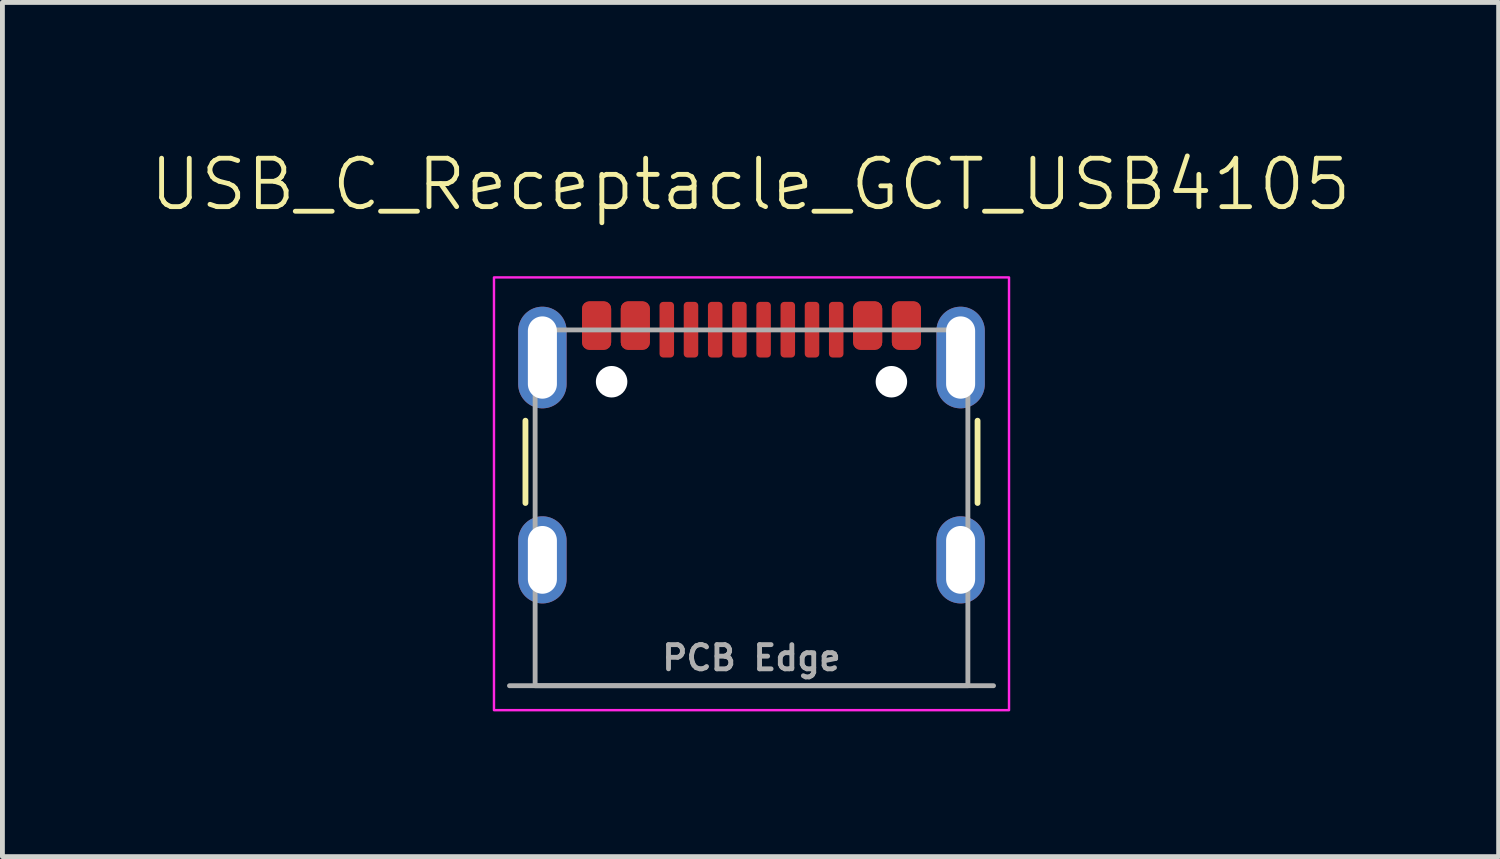
<source format=kicad_pcb>
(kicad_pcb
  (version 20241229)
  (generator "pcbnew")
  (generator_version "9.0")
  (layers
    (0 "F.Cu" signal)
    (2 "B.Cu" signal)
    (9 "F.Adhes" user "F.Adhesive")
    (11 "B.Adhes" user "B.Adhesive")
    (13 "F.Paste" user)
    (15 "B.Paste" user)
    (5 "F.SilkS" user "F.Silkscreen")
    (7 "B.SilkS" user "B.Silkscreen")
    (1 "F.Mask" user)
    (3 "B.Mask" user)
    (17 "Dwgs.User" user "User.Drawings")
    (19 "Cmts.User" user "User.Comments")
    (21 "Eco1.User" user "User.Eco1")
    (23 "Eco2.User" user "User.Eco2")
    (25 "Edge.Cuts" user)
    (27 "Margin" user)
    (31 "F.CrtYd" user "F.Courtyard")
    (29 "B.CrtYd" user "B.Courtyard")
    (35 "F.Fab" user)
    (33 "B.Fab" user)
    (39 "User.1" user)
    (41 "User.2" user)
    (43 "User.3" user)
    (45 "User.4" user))
  (footprint "USB_C_Receptacle_GCT_USB4105"
    (layer "F.Cu")
    (at 12.475 7.151)
    (property "Reference" "USB_C_Receptacle_GCT_USB4105" (at -0.02 -6.39 0) (unlocked yes) (layer "F.SilkS") (effects (font (size 1 1) (thickness 0.1))))
    (attr smd)
    (fp_line (start -4.67 0.19) (end -4.67 -1.51) (stroke (width 0.12) (type solid)) (layer "F.SilkS"))
    (fp_line (start 4.67 0.19) (end 4.67 -1.51) (stroke (width 0.12) (type solid)) (layer "F.SilkS"))
    (fp_rect (start -5.32 -4.47) (end 5.32 4.47) (stroke (width 0.05) (type solid)) (fill no) (layer "F.CrtYd"))
    (fp_line (start 5 3.965) (end -5 3.965) (stroke (width 0.1) (type solid)) (layer "F.Fab"))
    (fp_rect (start -4.47 -3.385) (end 4.47 3.965) (stroke (width 0.1) (type solid)) (fill no) (layer "F.Fab"))
    (fp_text user "PCB Edge" (at 0 3.39 0) (unlocked yes) (layer "F.Fab") (effects (font (size 0.5 0.5) (thickness 0.1))))
    (pad "" np_thru_hole circle (at -2.89 -2.315) (size 0.65 0.65) (drill 0.65) (layers "*.Cu" "*.Mask"))
    (pad "" np_thru_hole circle (at 2.89 -2.315) (size 0.65 0.65) (drill 0.65) (layers "*.Cu" "*.Mask"))
    (pad "A1" smd roundrect (at -3.2 -3.475) (size 0.6 1) (layers "F.Cu" "F.Mask" "F.Paste") (roundrect_rratio 0.25))
    (pad "A4" smd roundrect (at -2.4 -3.475) (size 0.6 1) (layers "F.Cu" "F.Mask" "F.Paste") (roundrect_rratio 0.25))
    (pad "A5" smd roundrect (at -1.25 -3.39) (size 0.3 1.15) (layers "F.Cu" "F.Mask" "F.Paste") (roundrect_rratio 0.25))
    (pad "A6" smd roundrect (at -0.25 -3.39) (size 0.3 1.15) (layers "F.Cu" "F.Mask" "F.Paste") (roundrect_rratio 0.25))
    (pad "A7" smd roundrect (at 0.25 -3.39) (size 0.3 1.15) (layers "F.Cu" "F.Mask" "F.Paste") (roundrect_rratio 0.25))
    (pad "A8" smd roundrect (at 1.25 -3.39) (size 0.3 1.15) (layers "F.Cu" "F.Mask" "F.Paste") (roundrect_rratio 0.25))
    (pad "A9" smd roundrect (at 2.4 -3.475) (size 0.6 1) (layers "F.Cu" "F.Mask" "F.Paste") (roundrect_rratio 0.25))
    (pad "A12" smd roundrect (at 3.2 -3.475) (size 0.6 1) (layers "F.Cu" "F.Mask" "F.Paste") (roundrect_rratio 0.25))
    (pad "B1" smd roundrect (at 3.2 -3.475) (size 0.6 1) (layers "F.Cu" "F.Mask" "F.Paste") (roundrect_rratio 0.25))
    (pad "B4" smd roundrect (at 2.4 -3.475) (size 0.6 1) (layers "F.Cu" "F.Mask" "F.Paste") (roundrect_rratio 0.25))
    (pad "B5" smd roundrect (at 1.75 -3.39) (size 0.3 1.15) (layers "F.Cu" "F.Mask" "F.Paste") (roundrect_rratio 0.25))
    (pad "B6" smd roundrect (at 0.75 -3.39) (size 0.3 1.15) (layers "F.Cu" "F.Mask" "F.Paste") (roundrect_rratio 0.25))
    (pad "B7" smd roundrect (at -0.75 -3.39) (size 0.3 1.15) (layers "F.Cu" "F.Mask" "F.Paste") (roundrect_rratio 0.25))
    (pad "B8" smd roundrect (at -1.75 -3.39) (size 0.3 1.15) (layers "F.Cu" "F.Mask" "F.Paste") (roundrect_rratio 0.25))
    (pad "B9" smd roundrect (at -2.4 -3.475) (size 0.6 1) (layers "F.Cu" "F.Mask" "F.Paste") (roundrect_rratio 0.25))
    (pad "B12" smd roundrect (at -3.2 -3.475) (size 0.6 1) (layers "F.Cu" "F.Mask" "F.Paste") (roundrect_rratio 0.25))
    (pad "S1" thru_hole oval (at -4.32 -2.815) (size 1 2.1) (drill oval 0.6 1.7) (property pad_prop_heatsink) (layers "*.Cu" "*.Mask" "F.Paste"))
    (pad "S1" thru_hole oval (at -4.32 1.365) (size 1 1.8) (drill oval 0.6 1.4) (property pad_prop_heatsink) (layers "*.Cu" "*.Mask" "F.Paste"))
    (pad "S1" thru_hole oval (at 4.32 -2.815) (size 1 2.1) (drill oval 0.6 1.7) (property pad_prop_heatsink) (layers "*.Cu" "*.Mask" "F.Paste"))
    (pad "S1" thru_hole oval (at 4.32 1.365) (size 1 1.8) (drill oval 0.6 1.4) (property pad_prop_heatsink) (layers "*.Cu" "*.Mask" "F.Paste")))
  (gr_rect
    (start -3 -3)
    (end 27.91 14.646)
    (stroke (width 0.1) (type default))
    (fill no)
    (layer "Edge.Cuts")))
</source>
